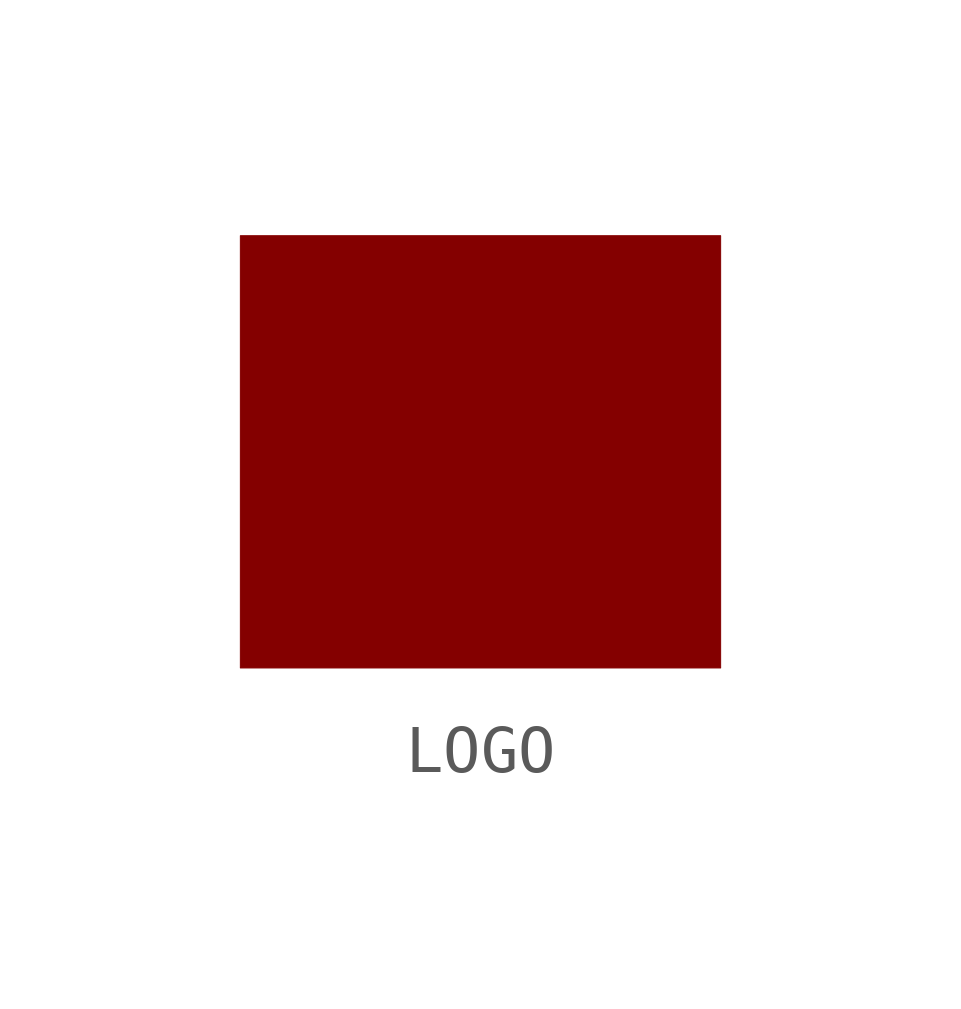
<source format=kicad_sym>
(kicad_symbol_lib
  (version 20220914)
  (generator "bitmap2component")
  (generator_version "8.0")
  (symbol "LOGO"
    (pin_names
      (offset 1.016))
    (property "Reference" "#G"
      (at 0 3.865 0)
      (effects (font (size 1.27 1.27)) hide))
    (symbol "LOGO_0_0"
      (polyline (pts (xy 5 0) (xy 5 4.5) (xy 0 4.5) (xy -5 4.5) (xy -5 0) (xy -5 -4.5) (xy 0 -4.5) (xy 5 -4.5) (xy 5 0)) (stroke (width 0.01) (type default)) (fill (type outline))))))
</source>
